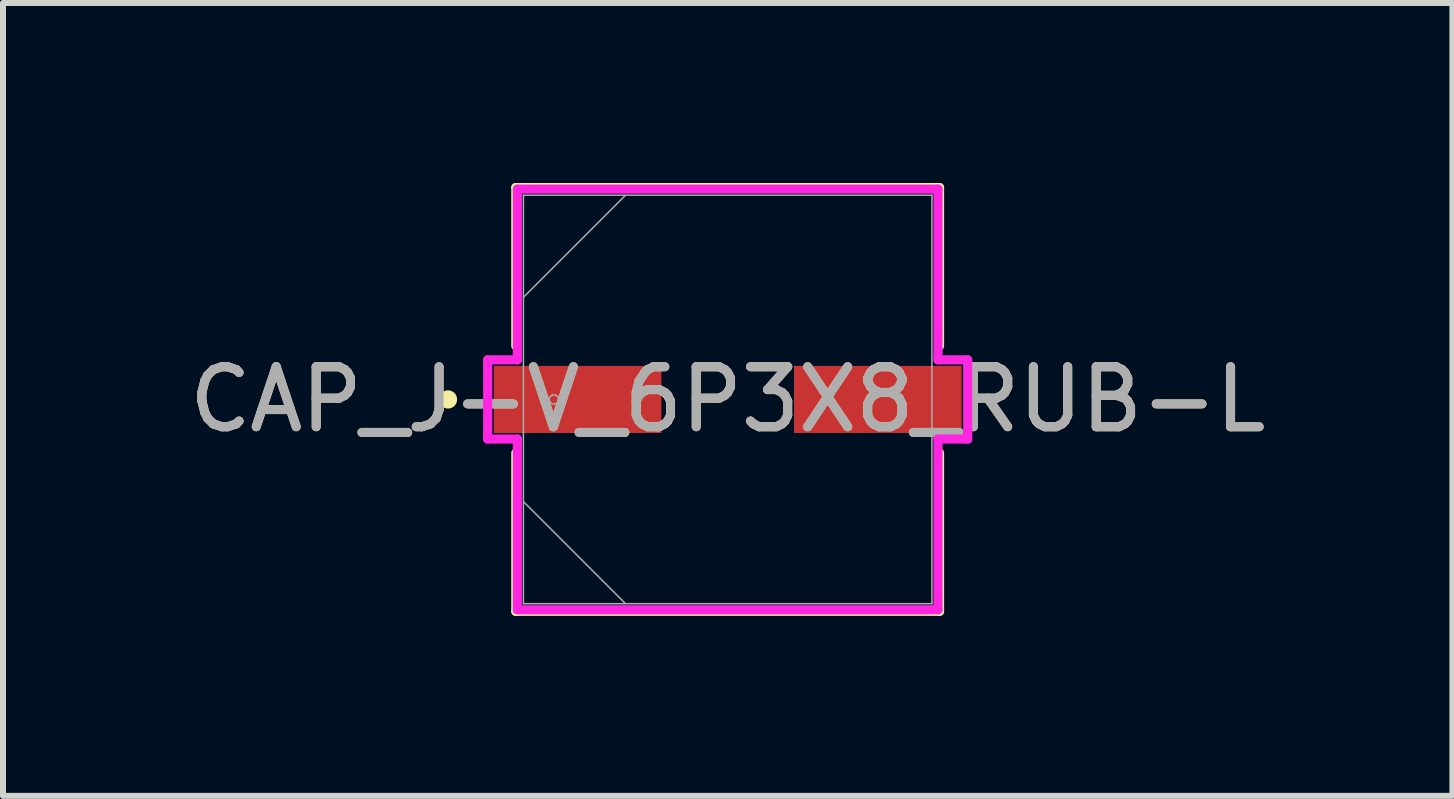
<source format=kicad_pcb>
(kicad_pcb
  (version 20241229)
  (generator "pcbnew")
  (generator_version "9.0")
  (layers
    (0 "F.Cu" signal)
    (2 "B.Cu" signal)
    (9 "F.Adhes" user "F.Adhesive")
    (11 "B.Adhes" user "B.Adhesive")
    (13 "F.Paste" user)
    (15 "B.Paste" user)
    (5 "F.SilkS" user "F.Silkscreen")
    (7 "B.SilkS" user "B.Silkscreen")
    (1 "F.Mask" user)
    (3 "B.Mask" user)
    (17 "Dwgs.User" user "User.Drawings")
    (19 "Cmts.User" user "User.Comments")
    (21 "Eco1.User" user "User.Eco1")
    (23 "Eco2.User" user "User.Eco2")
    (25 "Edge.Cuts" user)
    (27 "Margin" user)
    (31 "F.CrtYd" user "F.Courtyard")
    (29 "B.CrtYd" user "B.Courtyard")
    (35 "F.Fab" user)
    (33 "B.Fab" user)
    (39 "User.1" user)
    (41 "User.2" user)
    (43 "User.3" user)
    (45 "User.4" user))
  (footprint "CAP_J-V_6P3X8_RUB-L"
    (layer "F.Cu")
    (at 9.077 3.607)
    (property "Reference" "CAP_J-V_6P3X8_RUB-L" (at 0 0 0) (unlocked yes) (layer "F.SilkS") (effects (font (size 1 1) (thickness 0.15))))
    (attr smd)
    (fp_line (start -3.531 -3.531) (end -3.531 -0.892) (stroke (width 0.152) (type solid)) (layer "F.SilkS"))
    (fp_line (start -3.531 0.892) (end -3.531 3.531) (stroke (width 0.152) (type solid)) (layer "F.SilkS"))
    (fp_line (start -3.531 3.531) (end 3.531 3.531) (stroke (width 0.152) (type solid)) (layer "F.SilkS"))
    (fp_line (start 3.531 -3.531) (end -3.531 -3.531) (stroke (width 0.152) (type solid)) (layer "F.SilkS"))
    (fp_line (start 3.531 -0.892) (end 3.531 -3.531) (stroke (width 0.152) (type solid)) (layer "F.SilkS"))
    (fp_line (start 3.531 3.531) (end 3.531 0.892) (stroke (width 0.152) (type solid)) (layer "F.SilkS"))
    (fp_circle (center -4.661 0) (end -4.585 0) (stroke (width 0.152) (type solid)) (fill no) (layer "F.SilkS"))
    (fp_line (start -4 -0.66) (end -3.505 -0.66) (stroke (width 0.152) (type solid)) (layer "F.CrtYd"))
    (fp_line (start -4 0.66) (end -4 -0.66) (stroke (width 0.152) (type solid)) (layer "F.CrtYd"))
    (fp_line (start -3.505 -3.505) (end 3.505 -3.505) (stroke (width 0.152) (type solid)) (layer "F.CrtYd"))
    (fp_line (start -3.505 -0.66) (end -3.505 -3.505) (stroke (width 0.152) (type solid)) (layer "F.CrtYd"))
    (fp_line (start -3.505 0.66) (end -4 0.66) (stroke (width 0.152) (type solid)) (layer "F.CrtYd"))
    (fp_line (start -3.505 3.505) (end -3.505 0.66) (stroke (width 0.152) (type solid)) (layer "F.CrtYd"))
    (fp_line (start 3.505 -3.505) (end 3.505 -0.66) (stroke (width 0.152) (type solid)) (layer "F.CrtYd"))
    (fp_line (start 3.505 -0.66) (end 4 -0.66) (stroke (width 0.152) (type solid)) (layer "F.CrtYd"))
    (fp_line (start 3.505 0.66) (end 3.505 3.505) (stroke (width 0.152) (type solid)) (layer "F.CrtYd"))
    (fp_line (start 3.505 3.505) (end -3.505 3.505) (stroke (width 0.152) (type solid)) (layer "F.CrtYd"))
    (fp_line (start 4 -0.66) (end 4 0.66) (stroke (width 0.152) (type solid)) (layer "F.CrtYd"))
    (fp_line (start 4 0.66) (end 3.505 0.66) (stroke (width 0.152) (type solid)) (layer "F.CrtYd"))
    (fp_line (start -3.404 -3.404) (end -3.404 3.404) (stroke (width 0.025) (type solid)) (layer "F.Fab"))
    (fp_line (start -3.404 -1.702) (end -1.702 -3.404) (stroke (width 0.025) (type solid)) (layer "F.Fab"))
    (fp_line (start -3.404 1.702) (end -1.702 3.404) (stroke (width 0.025) (type solid)) (layer "F.Fab"))
    (fp_line (start -3.404 3.404) (end 3.404 3.404) (stroke (width 0.025) (type solid)) (layer "F.Fab"))
    (fp_line (start 3.404 -3.404) (end -3.404 -3.404) (stroke (width 0.025) (type solid)) (layer "F.Fab"))
    (fp_line (start 3.404 3.404) (end 3.404 -3.404) (stroke (width 0.025) (type solid)) (layer "F.Fab"))
    (fp_circle (center -2.896 0) (end -2.819 0) (stroke (width 0.025) (type solid)) (fill no) (layer "F.Fab"))
    (fp_text user "${REFERENCE}" (at 0 0 0) (unlocked yes) (layer "F.Fab") (effects (font (size 1 1) (thickness 0.15))))
    (pad "1" smd rect (at -2.502 0) (size 2.794 1.118) (layers "F.Cu" "F.Mask" "F.Paste"))
    (pad "2" smd rect (at 2.502 0) (size 2.794 1.118) (layers "F.Cu" "F.Mask" "F.Paste"))
    (zone (net_name "") (layer "F.Cu") (hatch full 0.508) (connect_pads) (min_thickness 0.254) (filled_areas_thickness no) (keepout (tracks not_allowed) (vias not_allowed) (pads allowed) (copperpour not_allowed) (footprints allowed)) (placement (enabled no)) (fill) (polygon (pts (xy 5.725 0.254) (xy 12.43 0.254) (xy 12.43 2.997) (xy 5.725 2.997))))
    (zone (net_name "") (layer "F.Cu") (hatch full 0.508) (connect_pads) (min_thickness 0.254) (filled_areas_thickness no) (keepout (tracks not_allowed) (vias not_allowed) (pads allowed) (copperpour not_allowed) (footprints allowed)) (placement (enabled no)) (fill) (polygon (pts (xy 5.725 4.216) (xy 12.43 4.216) (xy 12.43 6.96) (xy 5.725 6.96))))
    (zone (net_name "") (layer "F.Cu") (hatch full 0.508) (connect_pads) (min_thickness 0.254) (filled_areas_thickness no) (keepout (tracks not_allowed) (vias not_allowed) (pads allowed) (copperpour not_allowed) (footprints allowed)) (placement (enabled no)) (fill) (polygon (pts (xy 8.023 2.997) (xy 10.131 2.997) (xy 10.131 4.216) (xy 8.023 4.216)))))
  (gr_rect
    (start -3 -3)
    (end 21.155 10.214)
    (stroke (width 0.1) (type default))
    (fill no)
    (layer "Edge.Cuts")))
</source>
